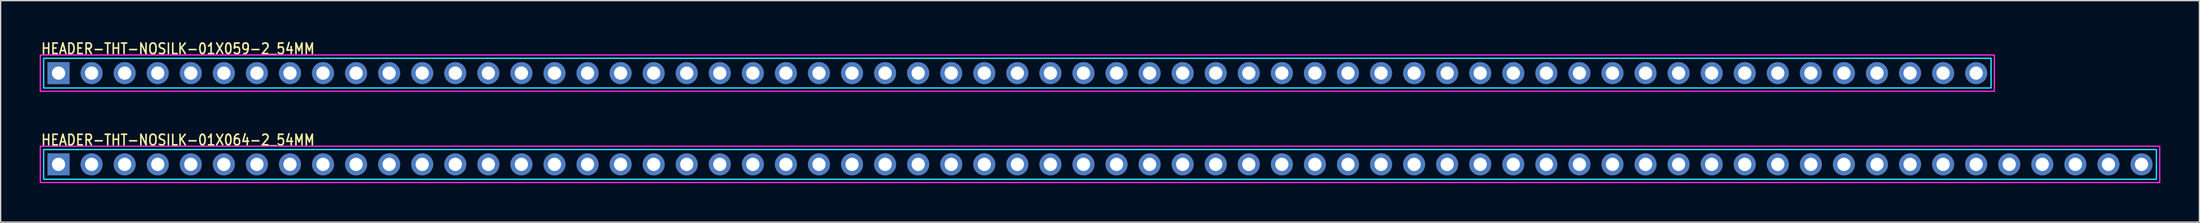
<source format=kicad_pcb>
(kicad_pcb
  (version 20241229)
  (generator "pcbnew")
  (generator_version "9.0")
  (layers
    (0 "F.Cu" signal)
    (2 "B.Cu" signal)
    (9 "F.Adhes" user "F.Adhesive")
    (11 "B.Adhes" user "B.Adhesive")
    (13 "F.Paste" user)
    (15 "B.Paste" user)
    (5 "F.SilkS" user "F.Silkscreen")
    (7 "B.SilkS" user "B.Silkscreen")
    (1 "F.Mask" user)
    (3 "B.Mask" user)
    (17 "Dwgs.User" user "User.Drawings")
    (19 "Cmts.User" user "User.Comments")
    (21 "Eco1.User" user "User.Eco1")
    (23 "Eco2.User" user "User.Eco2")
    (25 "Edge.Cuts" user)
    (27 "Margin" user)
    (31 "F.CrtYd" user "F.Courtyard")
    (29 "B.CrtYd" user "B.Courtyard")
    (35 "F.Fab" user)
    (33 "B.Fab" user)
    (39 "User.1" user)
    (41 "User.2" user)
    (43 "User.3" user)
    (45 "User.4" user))
  (footprint "HEADER-THT-NOSILK-01X059-2_54MM"
    (layer "F.Cu")
    (at 1.447 2.579)
    (property "Reference" "HEADER-THT-NOSILK-01X059-2_54MM" (at -1.4 -1.4 0) (unlocked yes) (layer "F.SilkS") (effects (font (size 0.813 0.695) (thickness 0.122)) (justify left bottom)))
    (fp_poly (pts (xy -1.143 -1.143) (xy 148.463 -1.143) (xy 148.463 1.143) (xy -1.143 1.143)) (stroke (width 0.1) (type solid)) (fill no) (layer "B.CrtYd"))
    (fp_poly (pts (xy -1.397 -1.397) (xy 148.717 -1.397) (xy 148.717 1.397) (xy -1.397 1.397)) (stroke (width 0.1) (type solid)) (fill no) (layer "F.CrtYd"))
    (pad "P$1" thru_hole rect (at 0 0) (size 1.693 1.693) (drill 1.016) (layers "*.Cu" "*.Mask"))
    (pad "P$2" thru_hole oval (at 2.54 0) (size 1.693 1.693) (drill 1.016) (layers "*.Cu" "*.Mask"))
    (pad "P$3" thru_hole oval (at 5.08 0) (size 1.693 1.693) (drill 1.016) (layers "*.Cu" "*.Mask"))
    (pad "P$4" thru_hole oval (at 7.62 0) (size 1.693 1.693) (drill 1.016) (layers "*.Cu" "*.Mask"))
    (pad "P$5" thru_hole oval (at 10.16 0) (size 1.693 1.693) (drill 1.016) (layers "*.Cu" "*.Mask"))
    (pad "P$6" thru_hole oval (at 12.7 0) (size 1.693 1.693) (drill 1.016) (layers "*.Cu" "*.Mask"))
    (pad "P$7" thru_hole oval (at 15.24 0) (size 1.693 1.693) (drill 1.016) (layers "*.Cu" "*.Mask"))
    (pad "P$8" thru_hole oval (at 17.78 0) (size 1.693 1.693) (drill 1.016) (layers "*.Cu" "*.Mask"))
    (pad "P$9" thru_hole oval (at 20.32 0) (size 1.693 1.693) (drill 1.016) (layers "*.Cu" "*.Mask"))
    (pad "P$10" thru_hole oval (at 22.86 0) (size 1.693 1.693) (drill 1.016) (layers "*.Cu" "*.Mask"))
    (pad "P$11" thru_hole oval (at 25.4 0) (size 1.693 1.693) (drill 1.016) (layers "*.Cu" "*.Mask"))
    (pad "P$12" thru_hole oval (at 27.94 0) (size 1.693 1.693) (drill 1.016) (layers "*.Cu" "*.Mask"))
    (pad "P$13" thru_hole oval (at 30.48 0) (size 1.693 1.693) (drill 1.016) (layers "*.Cu" "*.Mask"))
    (pad "P$14" thru_hole oval (at 33.02 0) (size 1.693 1.693) (drill 1.016) (layers "*.Cu" "*.Mask"))
    (pad "P$15" thru_hole oval (at 35.56 0) (size 1.693 1.693) (drill 1.016) (layers "*.Cu" "*.Mask"))
    (pad "P$16" thru_hole oval (at 38.1 0) (size 1.693 1.693) (drill 1.016) (layers "*.Cu" "*.Mask"))
    (pad "P$17" thru_hole oval (at 40.64 0) (size 1.693 1.693) (drill 1.016) (layers "*.Cu" "*.Mask"))
    (pad "P$18" thru_hole oval (at 43.18 0) (size 1.693 1.693) (drill 1.016) (layers "*.Cu" "*.Mask"))
    (pad "P$19" thru_hole oval (at 45.72 0) (size 1.693 1.693) (drill 1.016) (layers "*.Cu" "*.Mask"))
    (pad "P$20" thru_hole oval (at 48.26 0) (size 1.693 1.693) (drill 1.016) (layers "*.Cu" "*.Mask"))
    (pad "P$21" thru_hole oval (at 50.8 0) (size 1.693 1.693) (drill 1.016) (layers "*.Cu" "*.Mask"))
    (pad "P$22" thru_hole oval (at 53.34 0) (size 1.693 1.693) (drill 1.016) (layers "*.Cu" "*.Mask"))
    (pad "P$23" thru_hole oval (at 55.88 0) (size 1.693 1.693) (drill 1.016) (layers "*.Cu" "*.Mask"))
    (pad "P$24" thru_hole oval (at 58.42 0) (size 1.693 1.693) (drill 1.016) (layers "*.Cu" "*.Mask"))
    (pad "P$25" thru_hole oval (at 60.96 0) (size 1.693 1.693) (drill 1.016) (layers "*.Cu" "*.Mask"))
    (pad "P$26" thru_hole oval (at 63.5 0) (size 1.693 1.693) (drill 1.016) (layers "*.Cu" "*.Mask"))
    (pad "P$27" thru_hole oval (at 66.04 0) (size 1.693 1.693) (drill 1.016) (layers "*.Cu" "*.Mask"))
    (pad "P$28" thru_hole oval (at 68.58 0) (size 1.693 1.693) (drill 1.016) (layers "*.Cu" "*.Mask"))
    (pad "P$29" thru_hole oval (at 71.12 0) (size 1.693 1.693) (drill 1.016) (layers "*.Cu" "*.Mask"))
    (pad "P$30" thru_hole oval (at 73.66 0) (size 1.693 1.693) (drill 1.016) (layers "*.Cu" "*.Mask"))
    (pad "P$31" thru_hole oval (at 76.2 0) (size 1.693 1.693) (drill 1.016) (layers "*.Cu" "*.Mask"))
    (pad "P$32" thru_hole oval (at 78.74 0) (size 1.693 1.693) (drill 1.016) (layers "*.Cu" "*.Mask"))
    (pad "P$33" thru_hole oval (at 81.28 0) (size 1.693 1.693) (drill 1.016) (layers "*.Cu" "*.Mask"))
    (pad "P$34" thru_hole oval (at 83.82 0) (size 1.693 1.693) (drill 1.016) (layers "*.Cu" "*.Mask"))
    (pad "P$35" thru_hole oval (at 86.36 0) (size 1.693 1.693) (drill 1.016) (layers "*.Cu" "*.Mask"))
    (pad "P$36" thru_hole oval (at 88.9 0) (size 1.693 1.693) (drill 1.016) (layers "*.Cu" "*.Mask"))
    (pad "P$37" thru_hole oval (at 91.44 0) (size 1.693 1.693) (drill 1.016) (layers "*.Cu" "*.Mask"))
    (pad "P$38" thru_hole oval (at 93.98 0) (size 1.693 1.693) (drill 1.016) (layers "*.Cu" "*.Mask"))
    (pad "P$39" thru_hole oval (at 96.52 0) (size 1.693 1.693) (drill 1.016) (layers "*.Cu" "*.Mask"))
    (pad "P$40" thru_hole oval (at 99.06 0) (size 1.693 1.693) (drill 1.016) (layers "*.Cu" "*.Mask"))
    (pad "P$41" thru_hole oval (at 101.6 0) (size 1.693 1.693) (drill 1.016) (layers "*.Cu" "*.Mask"))
    (pad "P$42" thru_hole oval (at 104.14 0) (size 1.693 1.693) (drill 1.016) (layers "*.Cu" "*.Mask"))
    (pad "P$43" thru_hole oval (at 106.68 0) (size 1.693 1.693) (drill 1.016) (layers "*.Cu" "*.Mask"))
    (pad "P$44" thru_hole oval (at 109.22 0) (size 1.693 1.693) (drill 1.016) (layers "*.Cu" "*.Mask"))
    (pad "P$45" thru_hole oval (at 111.76 0) (size 1.693 1.693) (drill 1.016) (layers "*.Cu" "*.Mask"))
    (pad "P$46" thru_hole oval (at 114.3 0) (size 1.693 1.693) (drill 1.016) (layers "*.Cu" "*.Mask"))
    (pad "P$47" thru_hole oval (at 116.84 0) (size 1.693 1.693) (drill 1.016) (layers "*.Cu" "*.Mask"))
    (pad "P$48" thru_hole oval (at 119.38 0) (size 1.693 1.693) (drill 1.016) (layers "*.Cu" "*.Mask"))
    (pad "P$49" thru_hole oval (at 121.92 0) (size 1.693 1.693) (drill 1.016) (layers "*.Cu" "*.Mask"))
    (pad "P$50" thru_hole oval (at 124.46 0) (size 1.693 1.693) (drill 1.016) (layers "*.Cu" "*.Mask"))
    (pad "P$51" thru_hole oval (at 127 0) (size 1.693 1.693) (drill 1.016) (layers "*.Cu" "*.Mask"))
    (pad "P$52" thru_hole oval (at 129.54 0) (size 1.693 1.693) (drill 1.016) (layers "*.Cu" "*.Mask"))
    (pad "P$53" thru_hole oval (at 132.08 0) (size 1.693 1.693) (drill 1.016) (layers "*.Cu" "*.Mask"))
    (pad "P$54" thru_hole oval (at 134.62 0) (size 1.693 1.693) (drill 1.016) (layers "*.Cu" "*.Mask"))
    (pad "P$55" thru_hole oval (at 137.16 0) (size 1.693 1.693) (drill 1.016) (layers "*.Cu" "*.Mask"))
    (pad "P$56" thru_hole oval (at 139.7 0) (size 1.693 1.693) (drill 1.016) (layers "*.Cu" "*.Mask"))
    (pad "P$57" thru_hole oval (at 142.24 0) (size 1.693 1.693) (drill 1.016) (layers "*.Cu" "*.Mask"))
    (pad "P$58" thru_hole oval (at 144.78 0) (size 1.693 1.693) (drill 1.016) (layers "*.Cu" "*.Mask"))
    (pad "P$59" thru_hole oval (at 147.32 0) (size 1.693 1.693) (drill 1.016) (layers "*.Cu" "*.Mask")))
  (footprint "HEADER-THT-NOSILK-01X064-2_54MM"
    (layer "F.Cu")
    (at 1.447 9.604)
    (property "Reference" "HEADER-THT-NOSILK-01X064-2_54MM" (at -1.4 -1.4 0) (unlocked yes) (layer "F.SilkS") (effects (font (size 0.813 0.695) (thickness 0.122)) (justify left bottom)))
    (fp_poly (pts (xy -1.143 -1.143) (xy 161.163 -1.143) (xy 161.163 1.143) (xy -1.143 1.143)) (stroke (width 0.1) (type solid)) (fill no) (layer "B.CrtYd"))
    (fp_poly (pts (xy -1.397 -1.397) (xy 161.417 -1.397) (xy 161.417 1.397) (xy -1.397 1.397)) (stroke (width 0.1) (type solid)) (fill no) (layer "F.CrtYd"))
    (pad "P$1" thru_hole rect (at 0 0) (size 1.693 1.693) (drill 1.016) (layers "*.Cu" "*.Mask"))
    (pad "P$2" thru_hole oval (at 2.54 0) (size 1.693 1.693) (drill 1.016) (layers "*.Cu" "*.Mask"))
    (pad "P$3" thru_hole oval (at 5.08 0) (size 1.693 1.693) (drill 1.016) (layers "*.Cu" "*.Mask"))
    (pad "P$4" thru_hole oval (at 7.62 0) (size 1.693 1.693) (drill 1.016) (layers "*.Cu" "*.Mask"))
    (pad "P$5" thru_hole oval (at 10.16 0) (size 1.693 1.693) (drill 1.016) (layers "*.Cu" "*.Mask"))
    (pad "P$6" thru_hole oval (at 12.7 0) (size 1.693 1.693) (drill 1.016) (layers "*.Cu" "*.Mask"))
    (pad "P$7" thru_hole oval (at 15.24 0) (size 1.693 1.693) (drill 1.016) (layers "*.Cu" "*.Mask"))
    (pad "P$8" thru_hole oval (at 17.78 0) (size 1.693 1.693) (drill 1.016) (layers "*.Cu" "*.Mask"))
    (pad "P$9" thru_hole oval (at 20.32 0) (size 1.693 1.693) (drill 1.016) (layers "*.Cu" "*.Mask"))
    (pad "P$10" thru_hole oval (at 22.86 0) (size 1.693 1.693) (drill 1.016) (layers "*.Cu" "*.Mask"))
    (pad "P$11" thru_hole oval (at 25.4 0) (size 1.693 1.693) (drill 1.016) (layers "*.Cu" "*.Mask"))
    (pad "P$12" thru_hole oval (at 27.94 0) (size 1.693 1.693) (drill 1.016) (layers "*.Cu" "*.Mask"))
    (pad "P$13" thru_hole oval (at 30.48 0) (size 1.693 1.693) (drill 1.016) (layers "*.Cu" "*.Mask"))
    (pad "P$14" thru_hole oval (at 33.02 0) (size 1.693 1.693) (drill 1.016) (layers "*.Cu" "*.Mask"))
    (pad "P$15" thru_hole oval (at 35.56 0) (size 1.693 1.693) (drill 1.016) (layers "*.Cu" "*.Mask"))
    (pad "P$16" thru_hole oval (at 38.1 0) (size 1.693 1.693) (drill 1.016) (layers "*.Cu" "*.Mask"))
    (pad "P$17" thru_hole oval (at 40.64 0) (size 1.693 1.693) (drill 1.016) (layers "*.Cu" "*.Mask"))
    (pad "P$18" thru_hole oval (at 43.18 0) (size 1.693 1.693) (drill 1.016) (layers "*.Cu" "*.Mask"))
    (pad "P$19" thru_hole oval (at 45.72 0) (size 1.693 1.693) (drill 1.016) (layers "*.Cu" "*.Mask"))
    (pad "P$20" thru_hole oval (at 48.26 0) (size 1.693 1.693) (drill 1.016) (layers "*.Cu" "*.Mask"))
    (pad "P$21" thru_hole oval (at 50.8 0) (size 1.693 1.693) (drill 1.016) (layers "*.Cu" "*.Mask"))
    (pad "P$22" thru_hole oval (at 53.34 0) (size 1.693 1.693) (drill 1.016) (layers "*.Cu" "*.Mask"))
    (pad "P$23" thru_hole oval (at 55.88 0) (size 1.693 1.693) (drill 1.016) (layers "*.Cu" "*.Mask"))
    (pad "P$24" thru_hole oval (at 58.42 0) (size 1.693 1.693) (drill 1.016) (layers "*.Cu" "*.Mask"))
    (pad "P$25" thru_hole oval (at 60.96 0) (size 1.693 1.693) (drill 1.016) (layers "*.Cu" "*.Mask"))
    (pad "P$26" thru_hole oval (at 63.5 0) (size 1.693 1.693) (drill 1.016) (layers "*.Cu" "*.Mask"))
    (pad "P$27" thru_hole oval (at 66.04 0) (size 1.693 1.693) (drill 1.016) (layers "*.Cu" "*.Mask"))
    (pad "P$28" thru_hole oval (at 68.58 0) (size 1.693 1.693) (drill 1.016) (layers "*.Cu" "*.Mask"))
    (pad "P$29" thru_hole oval (at 71.12 0) (size 1.693 1.693) (drill 1.016) (layers "*.Cu" "*.Mask"))
    (pad "P$30" thru_hole oval (at 73.66 0) (size 1.693 1.693) (drill 1.016) (layers "*.Cu" "*.Mask"))
    (pad "P$31" thru_hole oval (at 76.2 0) (size 1.693 1.693) (drill 1.016) (layers "*.Cu" "*.Mask"))
    (pad "P$32" thru_hole oval (at 78.74 0) (size 1.693 1.693) (drill 1.016) (layers "*.Cu" "*.Mask"))
    (pad "P$33" thru_hole oval (at 81.28 0) (size 1.693 1.693) (drill 1.016) (layers "*.Cu" "*.Mask"))
    (pad "P$34" thru_hole oval (at 83.82 0) (size 1.693 1.693) (drill 1.016) (layers "*.Cu" "*.Mask"))
    (pad "P$35" thru_hole oval (at 86.36 0) (size 1.693 1.693) (drill 1.016) (layers "*.Cu" "*.Mask"))
    (pad "P$36" thru_hole oval (at 88.9 0) (size 1.693 1.693) (drill 1.016) (layers "*.Cu" "*.Mask"))
    (pad "P$37" thru_hole oval (at 91.44 0) (size 1.693 1.693) (drill 1.016) (layers "*.Cu" "*.Mask"))
    (pad "P$38" thru_hole oval (at 93.98 0) (size 1.693 1.693) (drill 1.016) (layers "*.Cu" "*.Mask"))
    (pad "P$39" thru_hole oval (at 96.52 0) (size 1.693 1.693) (drill 1.016) (layers "*.Cu" "*.Mask"))
    (pad "P$40" thru_hole oval (at 99.06 0) (size 1.693 1.693) (drill 1.016) (layers "*.Cu" "*.Mask"))
    (pad "P$41" thru_hole oval (at 101.6 0) (size 1.693 1.693) (drill 1.016) (layers "*.Cu" "*.Mask"))
    (pad "P$42" thru_hole oval (at 104.14 0) (size 1.693 1.693) (drill 1.016) (layers "*.Cu" "*.Mask"))
    (pad "P$43" thru_hole oval (at 106.68 0) (size 1.693 1.693) (drill 1.016) (layers "*.Cu" "*.Mask"))
    (pad "P$44" thru_hole oval (at 109.22 0) (size 1.693 1.693) (drill 1.016) (layers "*.Cu" "*.Mask"))
    (pad "P$45" thru_hole oval (at 111.76 0) (size 1.693 1.693) (drill 1.016) (layers "*.Cu" "*.Mask"))
    (pad "P$46" thru_hole oval (at 114.3 0) (size 1.693 1.693) (drill 1.016) (layers "*.Cu" "*.Mask"))
    (pad "P$47" thru_hole oval (at 116.84 0) (size 1.693 1.693) (drill 1.016) (layers "*.Cu" "*.Mask"))
    (pad "P$48" thru_hole oval (at 119.38 0) (size 1.693 1.693) (drill 1.016) (layers "*.Cu" "*.Mask"))
    (pad "P$49" thru_hole oval (at 121.92 0) (size 1.693 1.693) (drill 1.016) (layers "*.Cu" "*.Mask"))
    (pad "P$50" thru_hole oval (at 124.46 0) (size 1.693 1.693) (drill 1.016) (layers "*.Cu" "*.Mask"))
    (pad "P$51" thru_hole oval (at 127 0) (size 1.693 1.693) (drill 1.016) (layers "*.Cu" "*.Mask"))
    (pad "P$52" thru_hole oval (at 129.54 0) (size 1.693 1.693) (drill 1.016) (layers "*.Cu" "*.Mask"))
    (pad "P$53" thru_hole oval (at 132.08 0) (size 1.693 1.693) (drill 1.016) (layers "*.Cu" "*.Mask"))
    (pad "P$54" thru_hole oval (at 134.62 0) (size 1.693 1.693) (drill 1.016) (layers "*.Cu" "*.Mask"))
    (pad "P$55" thru_hole oval (at 137.16 0) (size 1.693 1.693) (drill 1.016) (layers "*.Cu" "*.Mask"))
    (pad "P$56" thru_hole oval (at 139.7 0) (size 1.693 1.693) (drill 1.016) (layers "*.Cu" "*.Mask"))
    (pad "P$57" thru_hole oval (at 142.24 0) (size 1.693 1.693) (drill 1.016) (layers "*.Cu" "*.Mask"))
    (pad "P$58" thru_hole oval (at 144.78 0) (size 1.693 1.693) (drill 1.016) (layers "*.Cu" "*.Mask"))
    (pad "P$59" thru_hole oval (at 147.32 0) (size 1.693 1.693) (drill 1.016) (layers "*.Cu" "*.Mask"))
    (pad "P$60" thru_hole oval (at 149.86 0) (size 1.693 1.693) (drill 1.016) (layers "*.Cu" "*.Mask"))
    (pad "P$61" thru_hole oval (at 152.4 0) (size 1.693 1.693) (drill 1.016) (layers "*.Cu" "*.Mask"))
    (pad "P$62" thru_hole oval (at 154.94 0) (size 1.693 1.693) (drill 1.016) (layers "*.Cu" "*.Mask"))
    (pad "P$63" thru_hole oval (at 157.48 0) (size 1.693 1.693) (drill 1.016) (layers "*.Cu" "*.Mask"))
    (pad "P$64" thru_hole oval (at 160.02 0) (size 1.693 1.693) (drill 1.016) (layers "*.Cu" "*.Mask")))
  (gr_rect
    (start -3 -3)
    (end 165.914 14.051)
    (stroke (width 0.1) (type default))
    (fill no)
    (layer "Edge.Cuts")))
</source>
